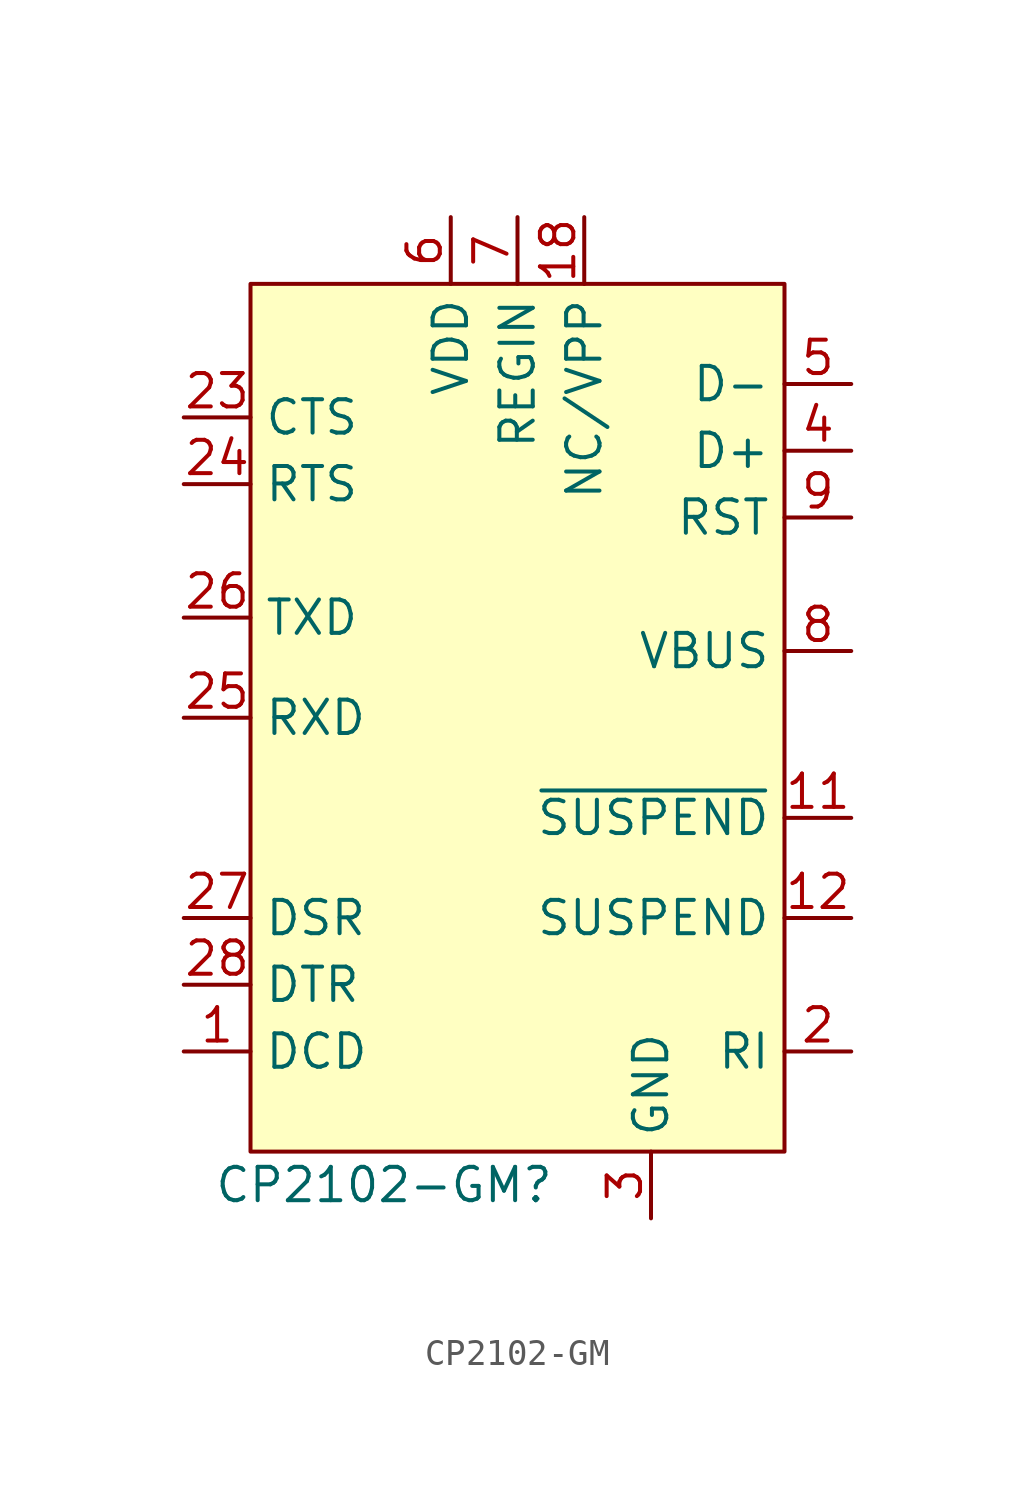
<source format=kicad_sym>
(kicad_symbol_lib
  (version 20220914)
  (generator kicad_symbol_editor)
  (symbol "CP2102-GM"
    (property "Reference" "CP2102-GM"
      (at -11.43 -3.81 0)
      (effects (font (size 1.27 1.27))))
    (property "Value" ""
      (at -2.54 0 0)
      (effects (font (size 1.27 1.27))))
    (symbol "CP2102-GM_1_1"
      (rectangle (start -16.51 30.48) (end 3.81 -2.54) (stroke (width 0) (type default)) (fill (type background)))
      (pin input line (at -19.05 1.27 0) (length 2.54) (name "DCD" (effects (font (size 1.27 1.27)))) (number "1" (effects (font (size 1.27 1.27)))))
      (pin output line (at 6.35 10.16 180) (length 2.54) (name "~{SUSPEND}" (effects (font (size 1.27 1.27)))) (number "11" (effects (font (size 1.27 1.27)))))
      (pin output line (at 6.35 6.35 180) (length 2.54) (name "SUSPEND" (effects (font (size 1.27 1.27)))) (number "12" (effects (font (size 1.27 1.27)))))
      (pin power_in line (at -3.81 33.02 270) (length 2.54) (name "NC/VPP" (effects (font (size 1.27 1.27)))) (number "18" (effects (font (size 1.27 1.27)))))
      (pin input line (at 6.35 1.27 180) (length 2.54) (name "RI" (effects (font (size 1.27 1.27)))) (number "2" (effects (font (size 1.27 1.27)))))
      (pin input line (at -19.05 25.4 0) (length 2.54) (name "CTS" (effects (font (size 1.27 1.27)))) (number "23" (effects (font (size 1.27 1.27)))))
      (pin output line (at -19.05 22.86 0) (length 2.54) (name "RTS" (effects (font (size 1.27 1.27)))) (number "24" (effects (font (size 1.27 1.27)))))
      (pin input line (at -19.05 13.97 0) (length 2.54) (name "RXD" (effects (font (size 1.27 1.27)))) (number "25" (effects (font (size 1.27 1.27)))))
      (pin output line (at -19.05 17.78 0) (length 2.54) (name "TXD" (effects (font (size 1.27 1.27)))) (number "26" (effects (font (size 1.27 1.27)))))
      (pin input line (at -19.05 6.35 0) (length 2.54) (name "DSR" (effects (font (size 1.27 1.27)))) (number "27" (effects (font (size 1.27 1.27)))))
      (pin output line (at -19.05 3.81 0) (length 2.54) (name "DTR" (effects (font (size 1.27 1.27)))) (number "28" (effects (font (size 1.27 1.27)))))
      (pin power_in line (at -1.27 -5.08 90) (length 2.54) (name "GND" (effects (font (size 1.27 1.27)))) (number "3" (effects (font (size 1.27 1.27)))))
      (pin bidirectional line (at 6.35 24.13 180) (length 2.54) (name "D+" (effects (font (size 1.27 1.27)))) (number "4" (effects (font (size 1.27 1.27)))))
      (pin bidirectional line (at 6.35 26.67 180) (length 2.54) (name "D-" (effects (font (size 1.27 1.27)))) (number "5" (effects (font (size 1.27 1.27)))))
      (pin power_in line (at -8.89 33.02 270) (length 2.54) (name "VDD" (effects (font (size 1.27 1.27)))) (number "6" (effects (font (size 1.27 1.27)))))
      (pin power_in line (at -6.35 33.02 270) (length 2.54) (name "REGIN" (effects (font (size 1.27 1.27)))) (number "7" (effects (font (size 1.27 1.27)))))
      (pin input line (at 6.35 16.51 180) (length 2.54) (name "VBUS" (effects (font (size 1.27 1.27)))) (number "8" (effects (font (size 1.27 1.27)))))
      (pin bidirectional line (at 6.35 21.59 180) (length 2.54) (name "RST" (effects (font (size 1.27 1.27)))) (number "9" (effects (font (size 1.27 1.27))))))))
</source>
